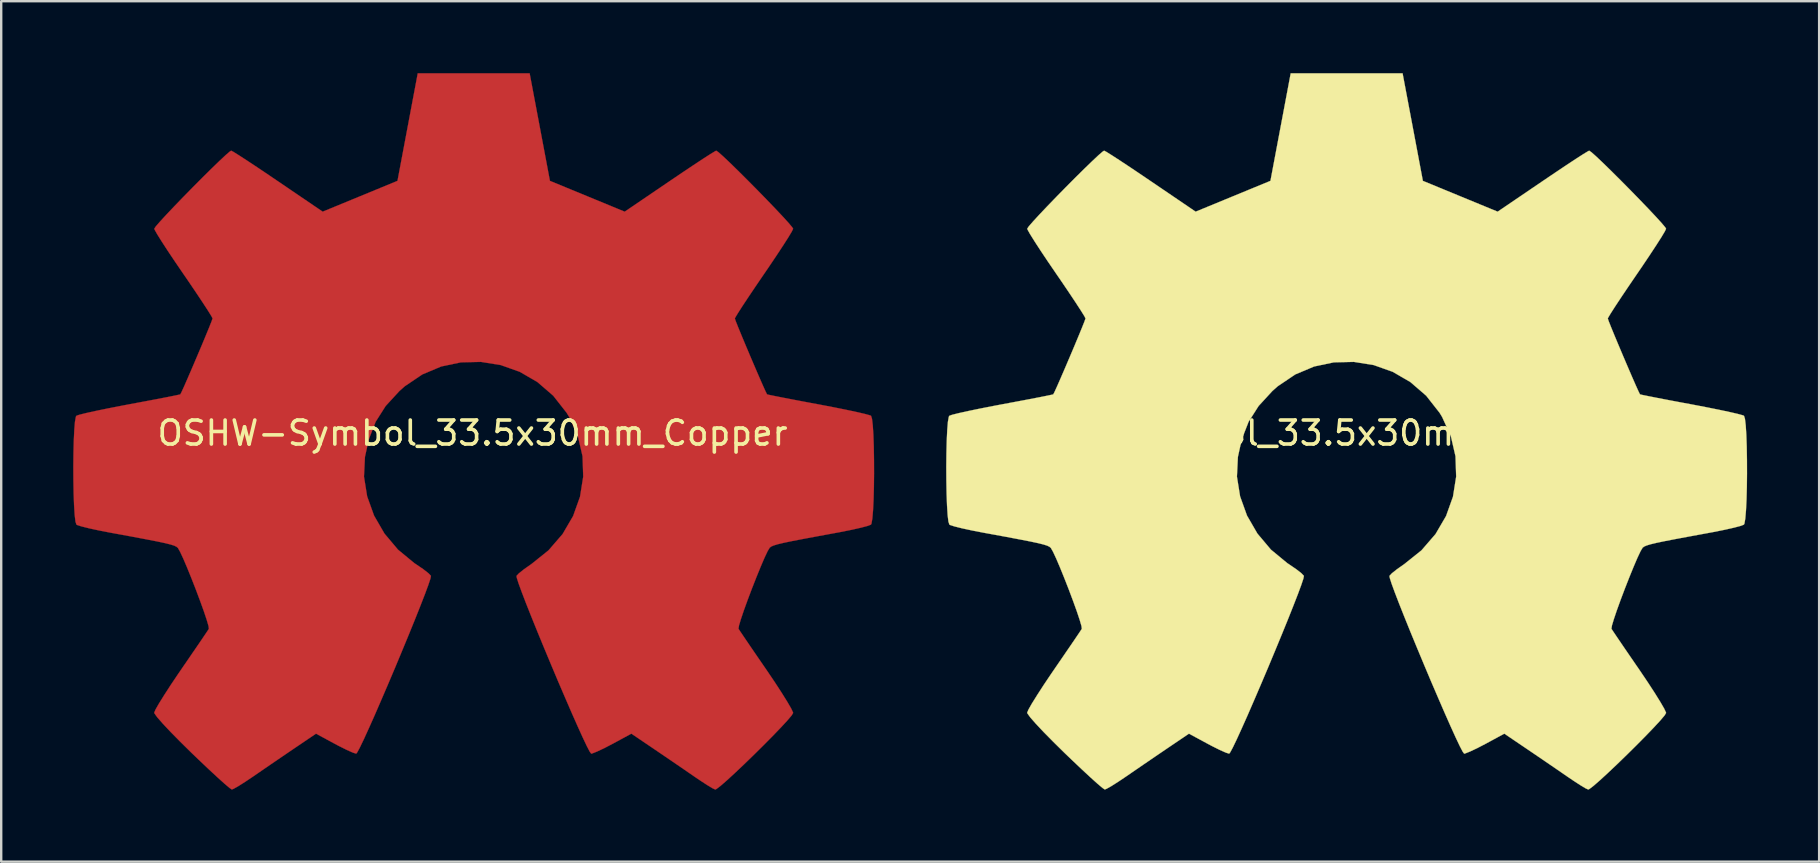
<source format=kicad_pcb>
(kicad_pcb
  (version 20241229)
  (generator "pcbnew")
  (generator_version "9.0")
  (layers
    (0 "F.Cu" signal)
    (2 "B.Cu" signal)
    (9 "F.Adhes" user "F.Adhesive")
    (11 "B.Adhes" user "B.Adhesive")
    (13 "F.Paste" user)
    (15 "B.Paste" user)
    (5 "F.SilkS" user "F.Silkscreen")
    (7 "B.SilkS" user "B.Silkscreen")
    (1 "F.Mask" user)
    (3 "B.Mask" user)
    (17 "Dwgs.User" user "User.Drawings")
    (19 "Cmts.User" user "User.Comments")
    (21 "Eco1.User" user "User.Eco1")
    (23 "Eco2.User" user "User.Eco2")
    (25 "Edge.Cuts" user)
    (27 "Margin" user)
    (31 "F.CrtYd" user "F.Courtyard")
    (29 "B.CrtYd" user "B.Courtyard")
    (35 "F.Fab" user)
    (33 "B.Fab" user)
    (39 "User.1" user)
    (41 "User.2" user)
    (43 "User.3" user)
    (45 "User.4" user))
  (footprint "OSHW-Symbol_33.5x30mm_Copper"
    (layer "F.Cu")
    (at 16.637 14.993)
    (property "Reference" "OSHW-Symbol_33.5x30mm_Copper" (at 0 0 0) (layer "F.SilkS") (effects (font (size 1 1) (thickness 0.15))))
    (attr exclude_from_pos_files exclude_from_bom)
    (fp_poly (pts (xy 2.8 -12.748) (xy 3.222 -10.509) (xy 4.779 -9.867) (xy 6.337 -9.225) (xy 8.206 -10.495) (xy 8.73 -10.849) (xy 9.203 -11.165) (xy 9.603 -11.429) (xy 9.91 -11.626) (xy 10.1 -11.741) (xy 10.151 -11.766) (xy 10.244 -11.702) (xy 10.443 -11.525) (xy 10.726 -11.257) (xy 11.07 -10.921) (xy 11.453 -10.54) (xy 11.852 -10.137) (xy 12.246 -9.733) (xy 12.612 -9.352) (xy 12.927 -9.017) (xy 13.17 -8.75) (xy 13.318 -8.573) (xy 13.354 -8.514) (xy 13.303 -8.405) (xy 13.16 -8.166) (xy 12.94 -7.821) (xy 12.658 -7.393) (xy 12.33 -6.905) (xy 12.14 -6.627) (xy 11.793 -6.118) (xy 11.485 -5.66) (xy 11.23 -5.274) (xy 11.044 -4.983) (xy 10.941 -4.81) (xy 10.926 -4.774) (xy 10.961 -4.67) (xy 11.056 -4.43) (xy 11.197 -4.086) (xy 11.37 -3.672) (xy 11.56 -3.222) (xy 11.753 -2.77) (xy 11.934 -2.35) (xy 12.089 -1.996) (xy 12.204 -1.741) (xy 12.265 -1.619) (xy 12.268 -1.615) (xy 12.363 -1.591) (xy 12.615 -1.54) (xy 12.999 -1.464) (xy 13.488 -1.37) (xy 14.056 -1.263) (xy 14.387 -1.202) (xy 14.994 -1.086) (xy 15.542 -0.976) (xy 16.004 -0.878) (xy 16.352 -0.797) (xy 16.557 -0.74) (xy 16.599 -0.722) (xy 16.639 -0.599) (xy 16.672 -0.323) (xy 16.697 0.076) (xy 16.714 0.564) (xy 16.723 1.11) (xy 16.725 1.68) (xy 16.719 2.242) (xy 16.705 2.765) (xy 16.683 3.215) (xy 16.654 3.56) (xy 16.618 3.768) (xy 16.596 3.812) (xy 16.464 3.864) (xy 16.185 3.938) (xy 15.796 4.026) (xy 15.333 4.119) (xy 15.172 4.149) (xy 14.393 4.292) (xy 13.777 4.407) (xy 13.305 4.498) (xy 12.956 4.571) (xy 12.71 4.63) (xy 12.546 4.68) (xy 12.444 4.724) (xy 12.384 4.768) (xy 12.375 4.777) (xy 12.291 4.918) (xy 12.162 5.191) (xy 12.002 5.565) (xy 11.823 6.004) (xy 11.638 6.475) (xy 11.46 6.946) (xy 11.302 7.382) (xy 11.178 7.75) (xy 11.098 8.017) (xy 11.078 8.149) (xy 11.079 8.153) (xy 11.15 8.261) (xy 11.309 8.497) (xy 11.541 8.839) (xy 11.829 9.26) (xy 12.156 9.736) (xy 12.249 9.871) (xy 12.58 10.362) (xy 12.872 10.81) (xy 13.108 11.189) (xy 13.273 11.473) (xy 13.35 11.638) (xy 13.354 11.658) (xy 13.289 11.764) (xy 13.11 11.975) (xy 12.84 12.267) (xy 12.502 12.618) (xy 12.119 13.005) (xy 11.714 13.406) (xy 11.309 13.799) (xy 10.928 14.159) (xy 10.594 14.466) (xy 10.33 14.696) (xy 10.159 14.826) (xy 10.112 14.848) (xy 10.001 14.798) (xy 9.775 14.662) (xy 9.471 14.464) (xy 9.236 14.305) (xy 8.812 14.013) (xy 8.309 13.669) (xy 7.804 13.325) (xy 7.533 13.141) (xy 6.615 12.52) (xy 5.845 12.937) (xy 5.494 13.12) (xy 5.195 13.261) (xy 4.993 13.342) (xy 4.942 13.354) (xy 4.88 13.27) (xy 4.758 13.036) (xy 4.585 12.671) (xy 4.37 12.197) (xy 4.122 11.637) (xy 3.851 11.011) (xy 3.564 10.343) (xy 3.273 9.652) (xy 2.985 8.961) (xy 2.709 8.292) (xy 2.456 7.666) (xy 2.233 7.105) (xy 2.051 6.631) (xy 1.917 6.265) (xy 1.842 6.029) (xy 1.83 5.948) (xy 1.926 5.844) (xy 2.136 5.676) (xy 2.416 5.479) (xy 2.44 5.463) (xy 3.164 4.883) (xy 3.749 4.206) (xy 4.188 3.454) (xy 4.476 2.649) (xy 4.609 1.812) (xy 4.581 0.965) (xy 4.388 0.129) (xy 4.024 -0.673) (xy 3.917 -0.849) (xy 3.36 -1.558) (xy 2.701 -2.127) (xy 1.965 -2.554) (xy 1.173 -2.835) (xy 0.348 -2.967) (xy -0.487 -2.948) (xy -1.309 -2.775) (xy -2.095 -2.444) (xy -2.823 -1.953) (xy -3.048 -1.754) (xy -3.621 -1.13) (xy -4.038 -0.473) (xy -4.325 0.263) (xy -4.484 0.993) (xy -4.524 1.813) (xy -4.392 2.636) (xy -4.104 3.437) (xy -3.671 4.185) (xy -3.108 4.854) (xy -2.427 5.416) (xy -2.338 5.475) (xy -2.054 5.669) (xy -1.839 5.837) (xy -1.736 5.944) (xy -1.734 5.948) (xy -1.756 6.064) (xy -1.844 6.327) (xy -1.988 6.716) (xy -2.18 7.209) (xy -2.409 7.784) (xy -2.668 8.42) (xy -2.947 9.095) (xy -3.236 9.788) (xy -3.528 10.476) (xy -3.812 11.137) (xy -4.079 11.752) (xy -4.322 12.297) (xy -4.529 12.751) (xy -4.693 13.092) (xy -4.804 13.299) (xy -4.848 13.354) (xy -4.985 13.311) (xy -5.24 13.198) (xy -5.57 13.033) (xy -5.751 12.937) (xy -6.522 12.52) (xy -7.44 13.141) (xy -7.908 13.459) (xy -8.421 13.809) (xy -8.902 14.139) (xy -9.143 14.305) (xy -9.482 14.532) (xy -9.768 14.713) (xy -9.966 14.823) (xy -10.03 14.846) (xy -10.123 14.783) (xy -10.33 14.608) (xy -10.63 14.338) (xy -11.003 13.992) (xy -11.429 13.588) (xy -11.699 13.329) (xy -12.17 12.865) (xy -12.578 12.451) (xy -12.905 12.103) (xy -13.135 11.84) (xy -13.252 11.678) (xy -13.263 11.646) (xy -13.211 11.521) (xy -13.068 11.269) (xy -12.848 10.916) (xy -12.57 10.486) (xy -12.247 10.005) (xy -12.155 9.871) (xy -11.821 9.384) (xy -11.521 8.946) (xy -11.272 8.581) (xy -11.091 8.313) (xy -10.995 8.168) (xy -10.986 8.153) (xy -11 8.038) (xy -11.074 7.783) (xy -11.194 7.424) (xy -11.349 6.994) (xy -11.525 6.525) (xy -11.71 6.052) (xy -11.89 5.608) (xy -12.053 5.226) (xy -12.186 4.941) (xy -12.275 4.785) (xy -12.282 4.777) (xy -12.337 4.733) (xy -12.429 4.688) (xy -12.58 4.64) (xy -12.809 4.583) (xy -13.137 4.513) (xy -13.584 4.426) (xy -14.17 4.315) (xy -14.917 4.178) (xy -15.078 4.149) (xy -15.557 4.056) (xy -15.974 3.966) (xy -16.294 3.886) (xy -16.478 3.826) (xy -16.502 3.812) (xy -16.543 3.687) (xy -16.576 3.409) (xy -16.601 3.009) (xy -16.619 2.52) (xy -16.629 1.974) (xy -16.632 1.404) (xy -16.626 0.842) (xy -16.613 0.32) (xy -16.592 -0.129) (xy -16.564 -0.473) (xy -16.527 -0.68) (xy -16.505 -0.722) (xy -16.383 -0.765) (xy -16.105 -0.834) (xy -15.698 -0.924) (xy -15.19 -1.029) (xy -14.61 -1.142) (xy -14.294 -1.202) (xy -13.694 -1.314) (xy -13.159 -1.415) (xy -12.715 -1.501) (xy -12.388 -1.567) (xy -12.205 -1.606) (xy -12.175 -1.615) (xy -12.124 -1.713) (xy -12.016 -1.95) (xy -11.866 -2.292) (xy -11.688 -2.704) (xy -11.496 -3.154) (xy -11.304 -3.607) (xy -11.128 -4.029) (xy -10.981 -4.386) (xy -10.878 -4.645) (xy -10.833 -4.772) (xy -10.832 -4.778) (xy -10.883 -4.878) (xy -11.026 -5.108) (xy -11.246 -5.446) (xy -11.527 -5.868) (xy -11.855 -6.352) (xy -12.046 -6.63) (xy -12.394 -7.14) (xy -12.703 -7.602) (xy -12.958 -7.995) (xy -13.144 -8.293) (xy -13.246 -8.475) (xy -13.26 -8.515) (xy -13.197 -8.61) (xy -13.022 -8.812) (xy -12.758 -9.099) (xy -12.428 -9.448) (xy -12.052 -9.837) (xy -11.655 -10.242) (xy -11.257 -10.642) (xy -10.882 -11.013) (xy -10.551 -11.333) (xy -10.288 -11.58) (xy -10.114 -11.73) (xy -10.056 -11.766) (xy -9.961 -11.716) (xy -9.734 -11.574) (xy -9.398 -11.356) (xy -8.973 -11.075) (xy -8.483 -10.746) (xy -8.113 -10.495) (xy -6.244 -9.225) (xy -4.686 -9.867) (xy -3.128 -10.509) (xy -2.706 -12.748) (xy -2.284 -14.988) (xy 2.377 -14.988) (xy 2.8 -12.748)) (stroke (width 0.01) (type solid)) (fill yes) (layer "F.Cu")))
  (footprint "OSHW-Symbol_33.5x30mm_SilkScreen"
    (layer "F.Cu")
    (at 53.003 14.993)
    (property "Reference" "OSHW-Symbol_33.5x30mm_SilkScreen" (at 0 0 0) (layer "F.SilkS") (effects (font (size 1 1) (thickness 0.15))))
    (attr exclude_from_pos_files exclude_from_bom)
    (fp_poly (pts (xy 2.8 -12.748) (xy 3.222 -10.509) (xy 4.779 -9.867) (xy 6.337 -9.225) (xy 8.206 -10.495) (xy 8.73 -10.849) (xy 9.203 -11.165) (xy 9.603 -11.429) (xy 9.91 -11.626) (xy 10.1 -11.741) (xy 10.151 -11.766) (xy 10.244 -11.702) (xy 10.443 -11.525) (xy 10.726 -11.257) (xy 11.07 -10.921) (xy 11.453 -10.54) (xy 11.852 -10.137) (xy 12.246 -9.733) (xy 12.612 -9.352) (xy 12.927 -9.017) (xy 13.17 -8.75) (xy 13.318 -8.573) (xy 13.354 -8.514) (xy 13.303 -8.405) (xy 13.16 -8.166) (xy 12.94 -7.821) (xy 12.658 -7.393) (xy 12.33 -6.905) (xy 12.14 -6.627) (xy 11.793 -6.118) (xy 11.485 -5.66) (xy 11.23 -5.274) (xy 11.044 -4.983) (xy 10.941 -4.81) (xy 10.926 -4.774) (xy 10.961 -4.67) (xy 11.056 -4.43) (xy 11.197 -4.086) (xy 11.37 -3.672) (xy 11.56 -3.222) (xy 11.753 -2.77) (xy 11.934 -2.35) (xy 12.089 -1.996) (xy 12.204 -1.741) (xy 12.265 -1.619) (xy 12.268 -1.615) (xy 12.363 -1.591) (xy 12.615 -1.54) (xy 12.999 -1.464) (xy 13.488 -1.37) (xy 14.056 -1.263) (xy 14.387 -1.202) (xy 14.994 -1.086) (xy 15.542 -0.976) (xy 16.004 -0.878) (xy 16.352 -0.797) (xy 16.557 -0.74) (xy 16.599 -0.722) (xy 16.639 -0.599) (xy 16.672 -0.323) (xy 16.697 0.076) (xy 16.714 0.564) (xy 16.723 1.11) (xy 16.725 1.68) (xy 16.719 2.242) (xy 16.705 2.765) (xy 16.683 3.215) (xy 16.654 3.56) (xy 16.618 3.768) (xy 16.596 3.812) (xy 16.464 3.864) (xy 16.185 3.938) (xy 15.796 4.026) (xy 15.333 4.119) (xy 15.172 4.149) (xy 14.393 4.292) (xy 13.777 4.407) (xy 13.305 4.498) (xy 12.956 4.571) (xy 12.71 4.63) (xy 12.546 4.68) (xy 12.444 4.724) (xy 12.384 4.768) (xy 12.375 4.777) (xy 12.291 4.918) (xy 12.162 5.191) (xy 12.002 5.565) (xy 11.823 6.004) (xy 11.638 6.475) (xy 11.46 6.946) (xy 11.302 7.382) (xy 11.178 7.75) (xy 11.098 8.017) (xy 11.078 8.149) (xy 11.079 8.153) (xy 11.15 8.261) (xy 11.309 8.497) (xy 11.541 8.839) (xy 11.829 9.26) (xy 12.156 9.736) (xy 12.249 9.871) (xy 12.58 10.362) (xy 12.872 10.81) (xy 13.108 11.189) (xy 13.273 11.473) (xy 13.35 11.638) (xy 13.354 11.658) (xy 13.289 11.764) (xy 13.11 11.975) (xy 12.84 12.267) (xy 12.502 12.618) (xy 12.119 13.005) (xy 11.714 13.406) (xy 11.309 13.799) (xy 10.928 14.159) (xy 10.594 14.466) (xy 10.33 14.696) (xy 10.159 14.826) (xy 10.112 14.848) (xy 10.001 14.798) (xy 9.775 14.662) (xy 9.471 14.464) (xy 9.236 14.305) (xy 8.812 14.013) (xy 8.309 13.669) (xy 7.804 13.325) (xy 7.533 13.141) (xy 6.615 12.52) (xy 5.845 12.937) (xy 5.494 13.12) (xy 5.195 13.261) (xy 4.993 13.342) (xy 4.942 13.354) (xy 4.88 13.27) (xy 4.758 13.036) (xy 4.585 12.671) (xy 4.37 12.197) (xy 4.122 11.637) (xy 3.851 11.011) (xy 3.564 10.343) (xy 3.273 9.652) (xy 2.985 8.961) (xy 2.709 8.292) (xy 2.456 7.666) (xy 2.233 7.105) (xy 2.051 6.631) (xy 1.917 6.265) (xy 1.842 6.029) (xy 1.83 5.948) (xy 1.926 5.844) (xy 2.136 5.676) (xy 2.416 5.479) (xy 2.44 5.463) (xy 3.164 4.883) (xy 3.749 4.206) (xy 4.188 3.454) (xy 4.476 2.649) (xy 4.609 1.812) (xy 4.581 0.965) (xy 4.388 0.129) (xy 4.024 -0.673) (xy 3.917 -0.849) (xy 3.36 -1.558) (xy 2.701 -2.127) (xy 1.965 -2.554) (xy 1.173 -2.835) (xy 0.348 -2.967) (xy -0.487 -2.948) (xy -1.309 -2.775) (xy -2.095 -2.444) (xy -2.823 -1.953) (xy -3.048 -1.754) (xy -3.621 -1.13) (xy -4.038 -0.473) (xy -4.325 0.263) (xy -4.484 0.993) (xy -4.524 1.813) (xy -4.392 2.636) (xy -4.104 3.437) (xy -3.671 4.185) (xy -3.108 4.854) (xy -2.427 5.416) (xy -2.338 5.475) (xy -2.054 5.669) (xy -1.839 5.837) (xy -1.736 5.944) (xy -1.734 5.948) (xy -1.756 6.064) (xy -1.844 6.327) (xy -1.988 6.716) (xy -2.18 7.209) (xy -2.409 7.784) (xy -2.668 8.42) (xy -2.947 9.095) (xy -3.236 9.788) (xy -3.528 10.476) (xy -3.812 11.137) (xy -4.079 11.752) (xy -4.322 12.297) (xy -4.529 12.751) (xy -4.693 13.092) (xy -4.804 13.299) (xy -4.848 13.354) (xy -4.985 13.311) (xy -5.24 13.198) (xy -5.57 13.033) (xy -5.751 12.937) (xy -6.522 12.52) (xy -7.44 13.141) (xy -7.908 13.459) (xy -8.421 13.809) (xy -8.902 14.139) (xy -9.143 14.305) (xy -9.482 14.532) (xy -9.768 14.713) (xy -9.966 14.823) (xy -10.03 14.846) (xy -10.123 14.783) (xy -10.33 14.608) (xy -10.63 14.338) (xy -11.003 13.992) (xy -11.429 13.588) (xy -11.699 13.329) (xy -12.17 12.865) (xy -12.578 12.451) (xy -12.905 12.103) (xy -13.135 11.84) (xy -13.252 11.678) (xy -13.263 11.646) (xy -13.211 11.521) (xy -13.068 11.269) (xy -12.848 10.916) (xy -12.57 10.486) (xy -12.247 10.005) (xy -12.155 9.871) (xy -11.821 9.384) (xy -11.521 8.946) (xy -11.272 8.581) (xy -11.091 8.313) (xy -10.995 8.168) (xy -10.986 8.153) (xy -11 8.038) (xy -11.074 7.783) (xy -11.194 7.424) (xy -11.349 6.994) (xy -11.525 6.525) (xy -11.71 6.052) (xy -11.89 5.608) (xy -12.053 5.226) (xy -12.186 4.941) (xy -12.275 4.785) (xy -12.282 4.777) (xy -12.337 4.733) (xy -12.429 4.688) (xy -12.58 4.64) (xy -12.809 4.583) (xy -13.137 4.513) (xy -13.584 4.426) (xy -14.17 4.315) (xy -14.917 4.178) (xy -15.078 4.149) (xy -15.557 4.056) (xy -15.974 3.966) (xy -16.294 3.886) (xy -16.478 3.826) (xy -16.502 3.812) (xy -16.543 3.687) (xy -16.576 3.409) (xy -16.601 3.009) (xy -16.619 2.52) (xy -16.629 1.974) (xy -16.632 1.404) (xy -16.626 0.842) (xy -16.613 0.32) (xy -16.592 -0.129) (xy -16.564 -0.473) (xy -16.527 -0.68) (xy -16.505 -0.722) (xy -16.383 -0.765) (xy -16.105 -0.834) (xy -15.698 -0.924) (xy -15.19 -1.029) (xy -14.61 -1.142) (xy -14.294 -1.202) (xy -13.694 -1.314) (xy -13.159 -1.415) (xy -12.715 -1.501) (xy -12.388 -1.567) (xy -12.205 -1.606) (xy -12.175 -1.615) (xy -12.124 -1.713) (xy -12.016 -1.95) (xy -11.866 -2.292) (xy -11.688 -2.704) (xy -11.496 -3.154) (xy -11.304 -3.607) (xy -11.128 -4.029) (xy -10.981 -4.386) (xy -10.878 -4.645) (xy -10.833 -4.772) (xy -10.832 -4.778) (xy -10.883 -4.878) (xy -11.026 -5.108) (xy -11.246 -5.446) (xy -11.527 -5.868) (xy -11.855 -6.352) (xy -12.046 -6.63) (xy -12.394 -7.14) (xy -12.703 -7.602) (xy -12.958 -7.995) (xy -13.144 -8.293) (xy -13.246 -8.475) (xy -13.26 -8.515) (xy -13.197 -8.61) (xy -13.022 -8.812) (xy -12.758 -9.099) (xy -12.428 -9.448) (xy -12.052 -9.837) (xy -11.655 -10.242) (xy -11.257 -10.642) (xy -10.882 -11.013) (xy -10.551 -11.333) (xy -10.288 -11.58) (xy -10.114 -11.73) (xy -10.056 -11.766) (xy -9.961 -11.716) (xy -9.734 -11.574) (xy -9.398 -11.356) (xy -8.973 -11.075) (xy -8.483 -10.746) (xy -8.113 -10.495) (xy -6.244 -9.225) (xy -4.686 -9.867) (xy -3.128 -10.509) (xy -2.706 -12.748) (xy -2.284 -14.988) (xy 2.377 -14.988) (xy 2.8 -12.748)) (stroke (width 0.01) (type solid)) (fill yes) (layer "F.SilkS")))
  (gr_rect
    (start -3 -3)
    (end 72.733 32.846)
    (stroke (width 0.1) (type default))
    (fill no)
    (layer "Edge.Cuts")))
</source>
